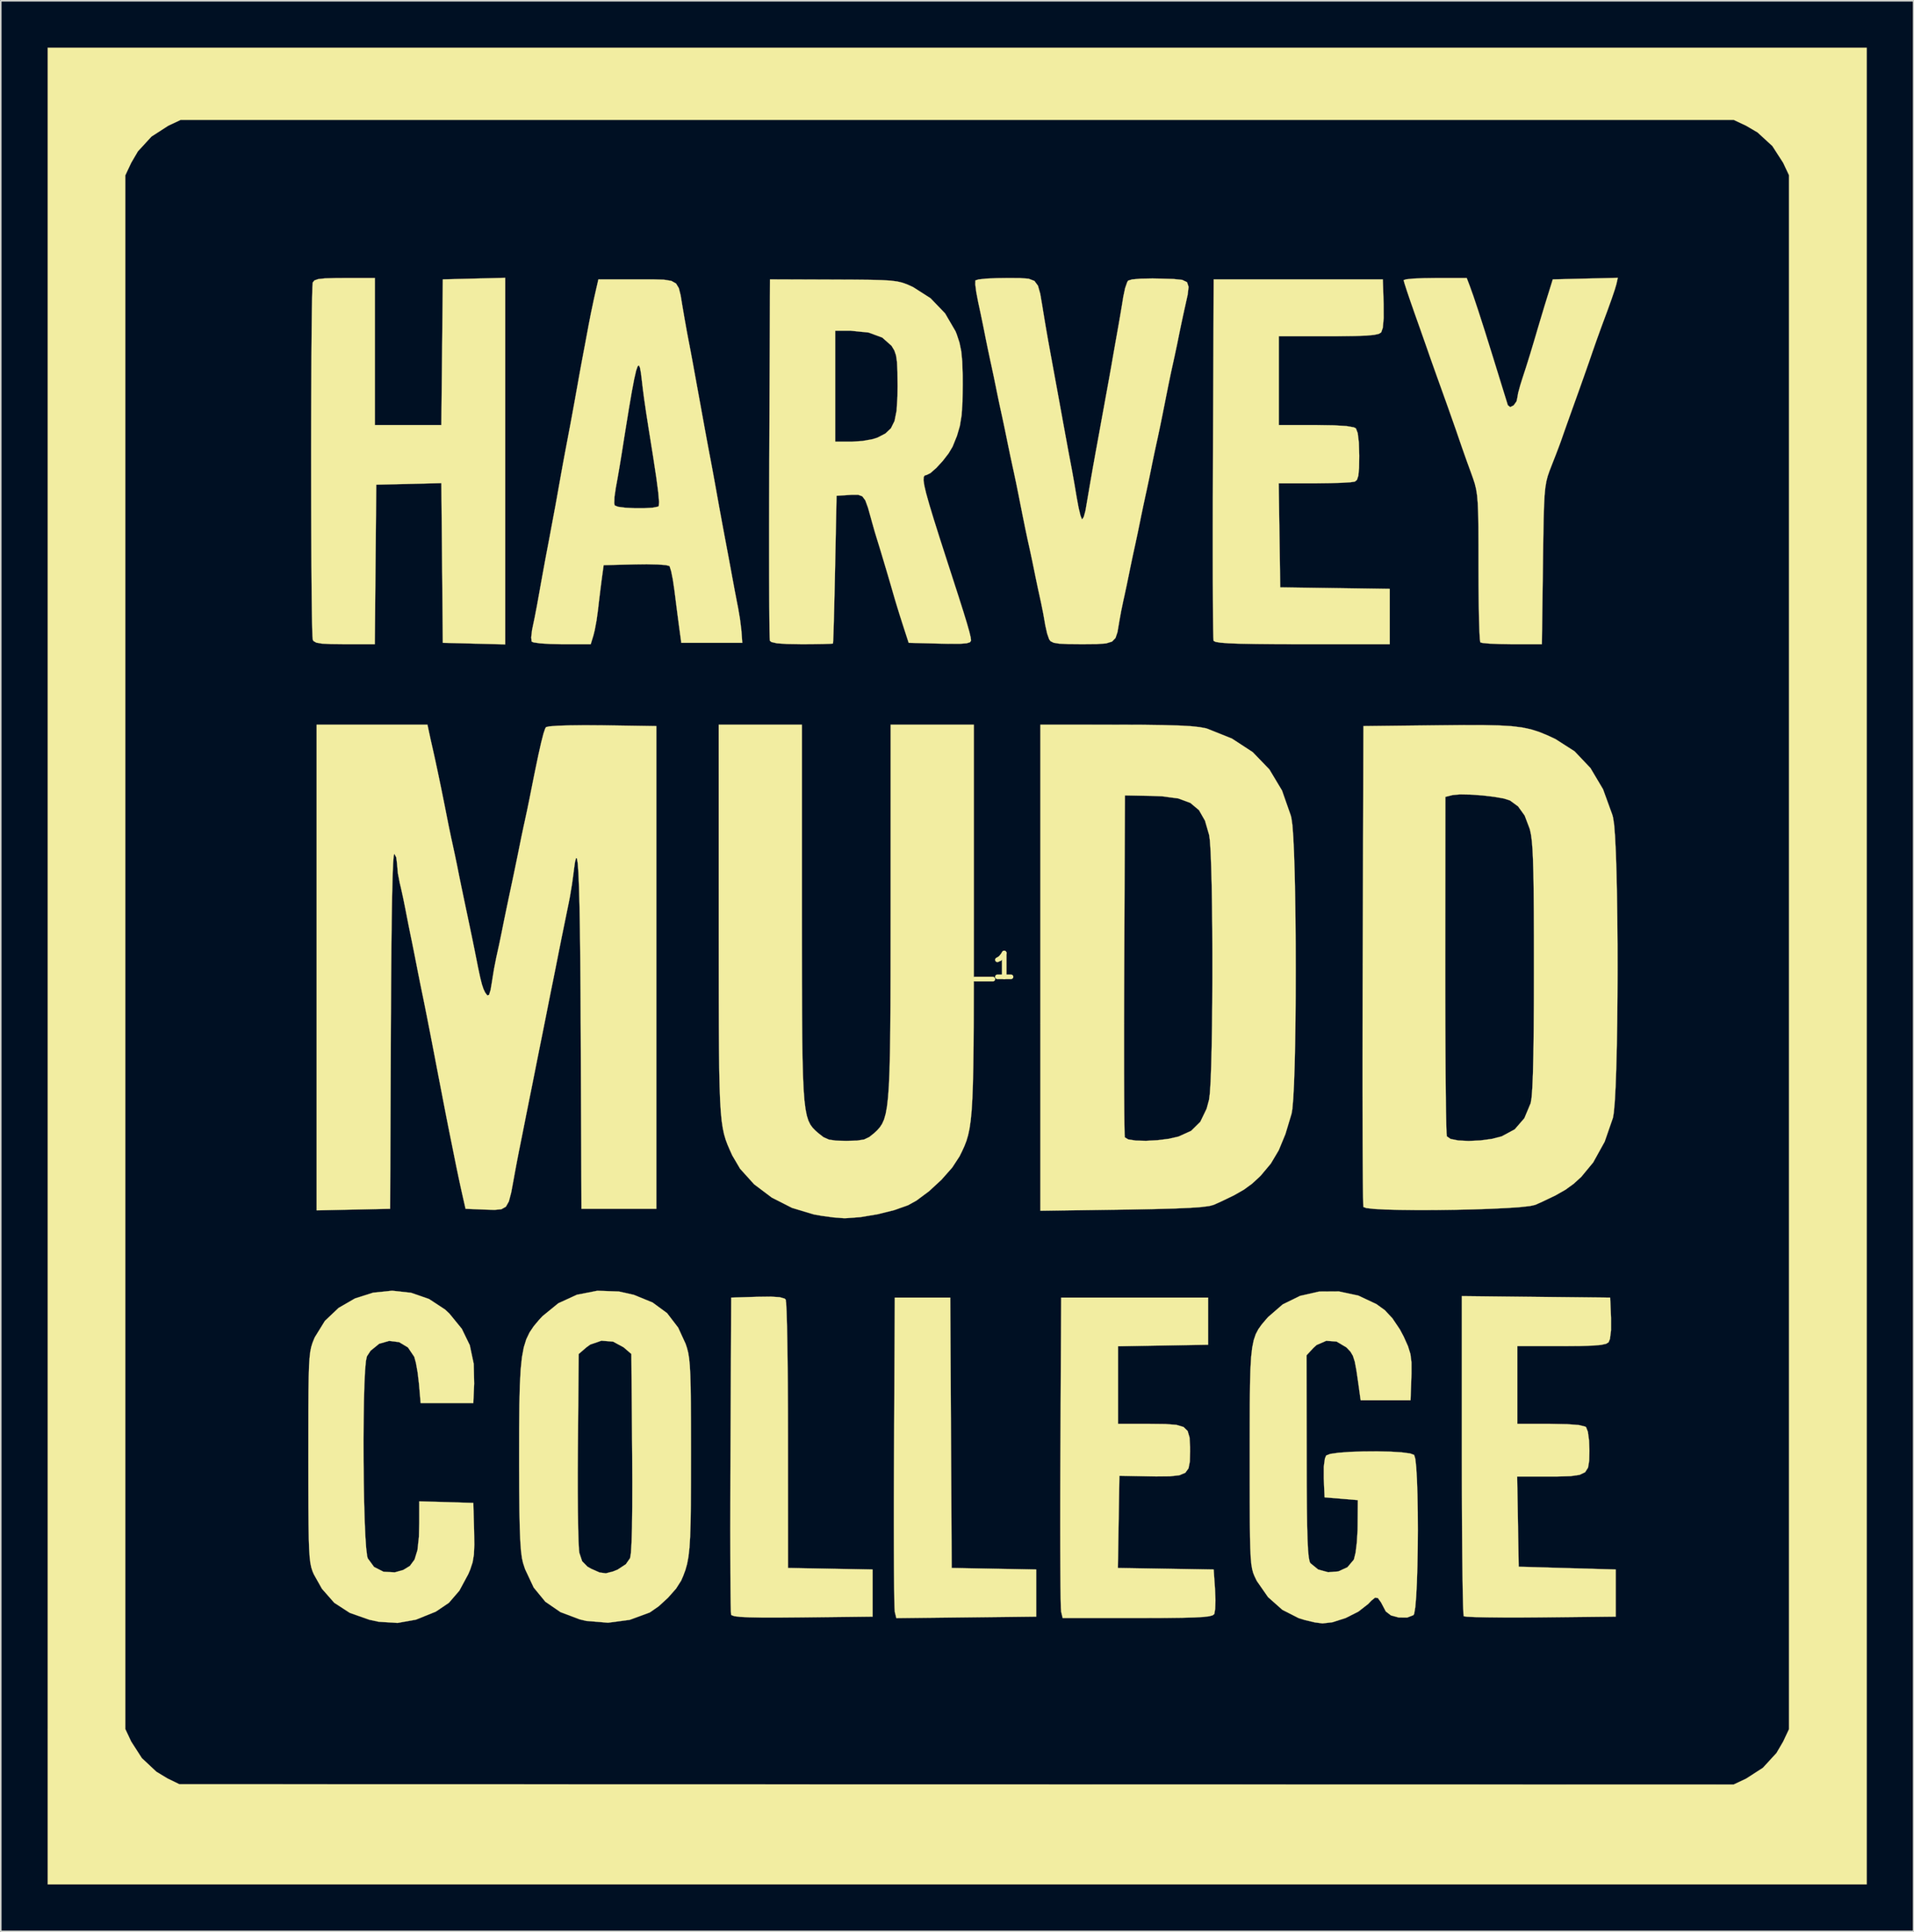
<source format=kicad_pcb>
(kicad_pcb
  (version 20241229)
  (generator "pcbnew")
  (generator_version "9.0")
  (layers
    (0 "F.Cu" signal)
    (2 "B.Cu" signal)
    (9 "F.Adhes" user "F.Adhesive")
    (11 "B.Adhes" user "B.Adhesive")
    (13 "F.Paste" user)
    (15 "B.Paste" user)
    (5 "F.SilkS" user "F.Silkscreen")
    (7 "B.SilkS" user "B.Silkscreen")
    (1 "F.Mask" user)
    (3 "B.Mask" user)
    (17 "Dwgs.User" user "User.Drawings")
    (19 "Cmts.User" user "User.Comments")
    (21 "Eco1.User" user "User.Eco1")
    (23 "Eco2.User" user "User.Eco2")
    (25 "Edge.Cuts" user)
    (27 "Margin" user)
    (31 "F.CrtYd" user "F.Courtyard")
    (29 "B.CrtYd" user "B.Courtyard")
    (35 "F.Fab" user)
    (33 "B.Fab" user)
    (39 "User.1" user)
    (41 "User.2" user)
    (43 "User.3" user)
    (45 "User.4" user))
  (footprint "HMC_1"
    (layer "F.Cu")
    (at 58.265 58.798)
    (property "Reference" "HMC_1" (at 0 0 0) (layer "F.SilkS") (effects (font (size 1.524 1.524) (thickness 0.3))))
    (attr through_hole)
    (fp_poly (pts (xy -0.398 29.88) (xy -0.352 38.535) (xy 2.355 38.584) (xy 5.062 38.633) (xy 5.062 41.652) (xy 0.581 41.7) (xy -3.899 41.747) (xy -3.997 41.345) (xy -4.014 41.096) (xy -4.029 40.525) (xy -4.041 39.666) (xy -4.05 38.554) (xy -4.055 37.22) (xy -4.057 35.7) (xy -4.056 34.027) (xy -4.051 32.234) (xy -4.046 31.084) (xy -3.997 21.226) (xy -0.444 21.226) (xy -0.398 29.88)) (stroke (width 0.01) (type solid)) (fill yes) (layer "F.SilkS"))
    (fp_poly (pts (xy 58.26 58.793) (xy -58.26 58.793) (xy -58.26 -50.626) (xy -53.287 -50.626) (xy -53.287 48.85) (xy -52.91 49.651) (xy -52.228 50.71) (xy -51.297 51.581) (xy -50.582 52.013) (xy -49.823 52.381) (xy -0.042 52.39) (xy 49.738 52.399) (xy 50.539 52.022) (xy 51.613 51.329) (xy 52.483 50.381) (xy 52.91 49.651) (xy 53.287 48.85) (xy 53.287 -50.626) (xy 52.91 -51.427) (xy 52.217 -52.501) (xy 51.269 -53.371) (xy 50.539 -53.798) (xy 49.738 -54.175) (xy -49.738 -54.175) (xy -50.539 -53.798) (xy -51.613 -53.105) (xy -52.483 -52.157) (xy -52.91 -51.427) (xy -53.287 -50.626) (xy -58.26 -50.626) (xy -58.26 -58.793) (xy 58.26 -58.793) (xy 58.26 58.793)) (stroke (width 0.01) (type solid)) (fill yes) (layer "F.SilkS"))
    (fp_poly (pts (xy -11.365 21.2) (xy -11.058 21.287) (xy -10.986 21.352) (xy -10.957 21.571) (xy -10.929 22.109) (xy -10.904 22.932) (xy -10.882 24.002) (xy -10.864 25.286) (xy -10.85 26.746) (xy -10.841 28.347) (xy -10.838 30.054) (xy -10.838 30.058) (xy -10.835 38.535) (xy -8.126 38.584) (xy -5.417 38.633) (xy -5.417 41.652) (xy -9.907 41.7) (xy -11.354 41.711) (xy -12.48 41.711) (xy -13.319 41.696) (xy -13.905 41.667) (xy -14.271 41.622) (xy -14.452 41.559) (xy -14.482 41.522) (xy -14.497 41.307) (xy -14.51 40.77) (xy -14.52 39.942) (xy -14.528 38.857) (xy -14.532 37.548) (xy -14.534 36.045) (xy -14.532 34.384) (xy -14.528 32.595) (xy -14.522 31.262) (xy -14.476 21.226) (xy -12.804 21.174) (xy -11.931 21.164) (xy -11.365 21.2)) (stroke (width 0.01) (type solid)) (fill yes) (layer "F.SilkS"))
    (fp_poly (pts (xy -28.952 -20.593) (xy -30.951 -20.643) (xy -32.949 -20.693) (xy -32.996 -25.805) (xy -33.043 -30.918) (xy -37.212 -30.817) (xy -37.259 -25.711) (xy -37.306 -20.604) (xy -39.238 -20.604) (xy -40.116 -20.613) (xy -40.7 -20.643) (xy -41.05 -20.704) (xy -41.229 -20.805) (xy -41.278 -20.885) (xy -41.299 -21.114) (xy -41.318 -21.661) (xy -41.334 -22.489) (xy -41.348 -23.562) (xy -41.36 -24.841) (xy -41.369 -26.29) (xy -41.376 -27.873) (xy -41.381 -29.551) (xy -41.383 -31.289) (xy -41.384 -33.048) (xy -41.382 -34.792) (xy -41.377 -36.484) (xy -41.37 -38.086) (xy -41.362 -39.562) (xy -41.35 -40.875) (xy -41.337 -41.988) (xy -41.321 -42.863) (xy -41.303 -43.464) (xy -41.282 -43.753) (xy -41.278 -43.769) (xy -41.172 -43.896) (xy -40.93 -43.98) (xy -40.491 -44.027) (xy -39.794 -44.048) (xy -39.236 -44.05) (xy -37.301 -44.05) (xy -37.301 -34.636) (xy -33.044 -34.636) (xy -32.996 -39.299) (xy -32.949 -43.962) (xy -28.952 -44.062) (xy -28.952 -20.593)) (stroke (width 0.01) (type solid)) (fill yes) (layer "F.SilkS"))
    (fp_poly (pts (xy 16.075 24.245) (xy 13.188 24.294) (xy 10.302 24.343) (xy 10.302 29.308) (xy 12.332 29.308) (xy 13.338 29.318) (xy 14.043 29.373) (xy 14.5 29.51) (xy 14.762 29.765) (xy 14.884 30.176) (xy 14.919 30.78) (xy 14.92 31.09) (xy 14.904 31.718) (xy 14.819 32.157) (xy 14.613 32.441) (xy 14.233 32.6) (xy 13.625 32.668) (xy 12.737 32.676) (xy 12.294 32.669) (xy 10.391 32.636) (xy 10.342 35.586) (xy 10.294 38.536) (xy 13.362 38.584) (xy 16.43 38.633) (xy 16.519 39.934) (xy 16.544 40.607) (xy 16.527 41.158) (xy 16.472 41.476) (xy 16.466 41.488) (xy 16.368 41.566) (xy 16.149 41.626) (xy 15.771 41.672) (xy 15.196 41.704) (xy 14.387 41.725) (xy 13.306 41.737) (xy 11.916 41.741) (xy 11.54 41.741) (xy 6.756 41.741) (xy 6.66 41.342) (xy 6.642 41.093) (xy 6.628 40.523) (xy 6.616 39.665) (xy 6.608 38.553) (xy 6.602 37.22) (xy 6.6 35.7) (xy 6.602 34.027) (xy 6.607 32.235) (xy 6.612 31.084) (xy 6.661 21.226) (xy 16.075 21.226) (xy 16.075 24.245)) (stroke (width 0.01) (type solid)) (fill yes) (layer "F.SilkS"))
    (fp_poly (pts (xy 37.079 21.179) (xy 41.83 21.226) (xy 41.883 22.53) (xy 41.883 23.32) (xy 41.815 23.871) (xy 41.728 24.084) (xy 41.568 24.183) (xy 41.248 24.254) (xy 40.719 24.3) (xy 39.936 24.326) (xy 38.851 24.334) (xy 38.7 24.334) (xy 35.88 24.334) (xy 35.88 29.308) (xy 37.976 29.308) (xy 39.078 29.328) (xy 39.831 29.387) (xy 40.235 29.486) (xy 40.285 29.521) (xy 40.401 29.817) (xy 40.476 30.383) (xy 40.498 31.024) (xy 40.485 31.662) (xy 40.412 32.111) (xy 40.224 32.404) (xy 39.871 32.574) (xy 39.297 32.656) (xy 38.45 32.681) (xy 37.841 32.683) (xy 35.871 32.683) (xy 35.92 35.569) (xy 35.969 38.455) (xy 39.077 38.544) (xy 42.185 38.633) (xy 42.185 41.652) (xy 37.378 41.7) (xy 36.105 41.708) (xy 34.949 41.707) (xy 33.959 41.698) (xy 33.181 41.681) (xy 32.662 41.657) (xy 32.45 41.627) (xy 32.448 41.626) (xy 32.426 41.431) (xy 32.405 40.912) (xy 32.386 40.102) (xy 32.369 39.033) (xy 32.354 37.736) (xy 32.342 36.243) (xy 32.334 34.587) (xy 32.329 32.798) (xy 32.327 31.318) (xy 32.327 21.131) (xy 37.079 21.179)) (stroke (width 0.01) (type solid)) (fill yes) (layer "F.SilkS"))
    (fp_poly (pts (xy 27.317 -42.39) (xy 27.32 -41.483) (xy 27.263 -40.86) (xy 27.162 -40.569) (xy 27.011 -40.476) (xy 26.707 -40.408) (xy 26.204 -40.361) (xy 25.459 -40.334) (xy 24.425 -40.322) (xy 23.78 -40.32) (xy 20.604 -40.32) (xy 20.604 -34.636) (xy 22.967 -34.636) (xy 24.12 -34.62) (xy 24.931 -34.572) (xy 25.409 -34.49) (xy 25.542 -34.423) (xy 25.657 -34.121) (xy 25.73 -33.516) (xy 25.755 -32.666) (xy 25.743 -31.888) (xy 25.698 -31.397) (xy 25.61 -31.127) (xy 25.474 -31.014) (xy 25.197 -30.973) (xy 24.642 -30.94) (xy 23.886 -30.916) (xy 23.007 -30.906) (xy 22.895 -30.906) (xy 20.596 -30.906) (xy 20.645 -27.576) (xy 20.693 -24.245) (xy 24.201 -24.197) (xy 27.709 -24.149) (xy 27.709 -20.604) (xy 22.108 -20.604) (xy 20.466 -20.607) (xy 19.149 -20.618) (xy 18.129 -20.636) (xy 17.377 -20.664) (xy 16.862 -20.703) (xy 16.555 -20.753) (xy 16.428 -20.817) (xy 16.423 -20.826) (xy 16.409 -21.038) (xy 16.397 -21.575) (xy 16.387 -22.406) (xy 16.38 -23.501) (xy 16.375 -24.831) (xy 16.373 -26.363) (xy 16.373 -28.068) (xy 16.376 -29.916) (xy 16.382 -31.876) (xy 16.384 -32.505) (xy 16.43 -43.962) (xy 27.265 -43.962) (xy 27.317 -42.39)) (stroke (width 0.01) (type solid)) (fill yes) (layer "F.SilkS"))
    (fp_poly (pts (xy -34.983 20.917) (xy -33.833 21.315) (xy -32.805 21.99) (xy -32.527 22.25) (xy -31.732 23.224) (xy -31.222 24.272) (xy -30.969 25.467) (xy -30.941 26.732) (xy -30.995 27.976) (xy -34.37 27.976) (xy -34.478 26.732) (xy -34.561 26.029) (xy -34.671 25.406) (xy -34.778 25.018) (xy -35.182 24.418) (xy -35.747 24.078) (xy -36.39 23.999) (xy -37.027 24.181) (xy -37.576 24.627) (xy -37.813 24.989) (xy -37.877 25.296) (xy -37.93 25.906) (xy -37.972 26.767) (xy -38.002 27.828) (xy -38.021 29.035) (xy -38.029 30.338) (xy -38.026 31.685) (xy -38.013 33.022) (xy -37.99 34.299) (xy -37.956 35.464) (xy -37.913 36.464) (xy -37.86 37.248) (xy -37.798 37.763) (xy -37.759 37.917) (xy -37.354 38.469) (xy -36.748 38.777) (xy -36.022 38.814) (xy -35.484 38.664) (xy -35.057 38.402) (xy -34.759 37.996) (xy -34.573 37.39) (xy -34.48 36.532) (xy -34.46 35.651) (xy -34.459 34.268) (xy -30.995 34.37) (xy -30.945 36.172) (xy -30.931 37.048) (xy -30.958 37.677) (xy -31.04 38.169) (xy -31.192 38.631) (xy -31.316 38.925) (xy -31.89 39.989) (xy -32.56 40.766) (xy -33.382 41.321) (xy -33.424 41.342) (xy -34.674 41.846) (xy -35.851 42.054) (xy -37.057 41.979) (xy -37.656 41.851) (xy -38.911 41.409) (xy -39.903 40.764) (xy -40.69 39.87) (xy -41.207 38.951) (xy -41.299 38.74) (xy -41.373 38.51) (xy -41.432 38.225) (xy -41.478 37.847) (xy -41.511 37.338) (xy -41.535 36.663) (xy -41.55 35.782) (xy -41.559 34.66) (xy -41.563 33.259) (xy -41.564 31.542) (xy -41.564 31.446) (xy -41.563 29.72) (xy -41.561 28.311) (xy -41.554 27.182) (xy -41.54 26.294) (xy -41.518 25.609) (xy -41.486 25.09) (xy -41.441 24.698) (xy -41.382 24.396) (xy -41.306 24.145) (xy -41.212 23.907) (xy -41.148 23.762) (xy -40.503 22.717) (xy -39.626 21.886) (xy -38.577 21.28) (xy -37.414 20.91) (xy -36.196 20.785) (xy -34.983 20.917)) (stroke (width 0.01) (type solid)) (fill yes) (layer "F.SilkS"))
    (fp_poly (pts (xy -9.947 -3.466) (xy -9.946 -0.983) (xy -9.944 1.171) (xy -9.938 3.02) (xy -9.926 4.59) (xy -9.907 5.906) (xy -9.878 6.994) (xy -9.839 7.879) (xy -9.786 8.586) (xy -9.718 9.141) (xy -9.634 9.569) (xy -9.531 9.896) (xy -9.408 10.147) (xy -9.263 10.347) (xy -9.094 10.521) (xy -8.922 10.676) (xy -8.567 10.954) (xy -8.221 11.109) (xy -7.759 11.176) (xy -7.102 11.19) (xy -6.415 11.174) (xy -5.964 11.103) (xy -5.628 10.945) (xy -5.325 10.702) (xy -5.127 10.517) (xy -4.956 10.325) (xy -4.809 10.102) (xy -4.684 9.823) (xy -4.581 9.461) (xy -4.496 8.991) (xy -4.428 8.388) (xy -4.374 7.627) (xy -4.334 6.682) (xy -4.306 5.527) (xy -4.286 4.138) (xy -4.274 2.489) (xy -4.268 0.555) (xy -4.266 -1.691) (xy -4.265 -3.597) (xy -4.263 -15.453) (xy 1.066 -15.453) (xy 1.066 -3.028) (xy 1.065 -0.531) (xy 1.063 1.639) (xy 1.058 3.507) (xy 1.048 5.1) (xy 1.031 6.445) (xy 1.006 7.57) (xy 0.971 8.501) (xy 0.925 9.265) (xy 0.865 9.889) (xy 0.791 10.4) (xy 0.701 10.824) (xy 0.593 11.189) (xy 0.465 11.521) (xy 0.316 11.848) (xy 0.15 12.184) (xy -0.319 12.901) (xy -1.004 13.677) (xy -1.802 14.414) (xy -2.61 15.015) (xy -3.148 15.312) (xy -4.035 15.627) (xy -5.108 15.892) (xy -6.204 16.075) (xy -7.163 16.144) (xy -7.283 16.142) (xy -7.913 16.094) (xy -8.683 15.991) (xy -9.179 15.903) (xy -10.577 15.484) (xy -11.875 14.824) (xy -13.007 13.972) (xy -13.907 12.976) (xy -14.407 12.125) (xy -14.569 11.767) (xy -14.71 11.44) (xy -14.831 11.116) (xy -14.933 10.769) (xy -15.018 10.371) (xy -15.088 9.894) (xy -15.143 9.313) (xy -15.186 8.599) (xy -15.218 7.725) (xy -15.242 6.664) (xy -15.257 5.389) (xy -15.266 3.873) (xy -15.271 2.088) (xy -15.273 0.008) (xy -15.274 -2.395) (xy -15.274 -2.886) (xy -15.276 -15.453) (xy -9.947 -15.453) (xy -9.947 -3.466)) (stroke (width 0.01) (type solid)) (fill yes) (layer "F.SilkS"))
    (fp_poly (pts (xy 10.258 -15.451) (xy 11.877 -15.446) (xy 13.179 -15.429) (xy 14.199 -15.399) (xy 14.974 -15.356) (xy 15.542 -15.296) (xy 15.94 -15.22) (xy 16.004 -15.201) (xy 17.603 -14.562) (xy 18.931 -13.695) (xy 19.997 -12.59) (xy 20.807 -11.24) (xy 21.37 -9.636) (xy 21.409 -9.477) (xy 21.474 -9.019) (xy 21.53 -8.255) (xy 21.578 -7.229) (xy 21.617 -5.986) (xy 21.647 -4.571) (xy 21.669 -3.029) (xy 21.682 -1.406) (xy 21.686 0.255) (xy 21.682 1.909) (xy 21.669 3.51) (xy 21.647 5.014) (xy 21.616 6.376) (xy 21.576 7.55) (xy 21.527 8.493) (xy 21.469 9.159) (xy 21.42 9.45) (xy 21.026 10.757) (xy 20.597 11.795) (xy 20.09 12.647) (xy 19.461 13.398) (xy 19.361 13.499) (xy 18.885 13.937) (xy 18.374 14.31) (xy 17.74 14.673) (xy 16.898 15.079) (xy 16.43 15.288) (xy 16.146 15.364) (xy 15.65 15.427) (xy 14.915 15.48) (xy 13.913 15.524) (xy 12.617 15.559) (xy 10.999 15.589) (xy 10.613 15.594) (xy 5.329 15.666) (xy 5.329 5.37) (xy 10.689 5.37) (xy 10.69 6.9) (xy 10.695 8.232) (xy 10.702 9.336) (xy 10.712 10.181) (xy 10.724 10.734) (xy 10.738 10.965) (xy 10.739 10.968) (xy 10.96 11.099) (xy 11.443 11.172) (xy 12.098 11.188) (xy 12.836 11.148) (xy 13.568 11.055) (xy 14.173 10.918) (xy 14.986 10.55) (xy 15.574 9.971) (xy 15.978 9.134) (xy 16.134 8.557) (xy 16.187 8.128) (xy 16.233 7.392) (xy 16.271 6.396) (xy 16.301 5.188) (xy 16.324 3.816) (xy 16.339 2.328) (xy 16.347 0.772) (xy 16.347 -0.806) (xy 16.34 -2.357) (xy 16.324 -3.832) (xy 16.302 -5.186) (xy 16.271 -6.369) (xy 16.233 -7.334) (xy 16.187 -8.034) (xy 16.141 -8.384) (xy 15.874 -9.306) (xy 15.489 -9.981) (xy 14.937 -10.444) (xy 14.167 -10.728) (xy 13.129 -10.867) (xy 12.46 -10.893) (xy 10.746 -10.924) (xy 10.7 -0.089) (xy 10.693 1.845) (xy 10.689 3.675) (xy 10.689 5.37) (xy 5.329 5.37) (xy 5.329 -15.453) (xy 10.258 -15.451)) (stroke (width 0.01) (type solid)) (fill yes) (layer "F.SilkS"))
    (fp_poly (pts (xy -21.664 20.836) (xy -20.719 21.047) (xy -19.513 21.539) (xy -18.582 22.223) (xy -17.873 23.148) (xy -17.397 24.184) (xy -17.305 24.46) (xy -17.23 24.756) (xy -17.172 25.113) (xy -17.128 25.57) (xy -17.096 26.168) (xy -17.074 26.947) (xy -17.061 27.948) (xy -17.054 29.21) (xy -17.052 30.773) (xy -17.052 31.366) (xy -17.054 33.084) (xy -17.061 34.489) (xy -17.077 35.622) (xy -17.106 36.525) (xy -17.15 37.239) (xy -17.213 37.805) (xy -17.298 38.266) (xy -17.409 38.663) (xy -17.548 39.037) (xy -17.68 39.343) (xy -18.009 39.859) (xy -18.528 40.445) (xy -19.122 40.989) (xy -19.678 41.375) (xy -19.708 41.391) (xy -20.98 41.858) (xy -22.367 42.04) (xy -23.759 41.926) (xy -24.175 41.828) (xy -25.412 41.362) (xy -26.382 40.696) (xy -27.126 39.791) (xy -27.681 38.609) (xy -27.81 38.215) (xy -27.883 37.892) (xy -27.941 37.433) (xy -27.987 36.801) (xy -28.02 35.962) (xy -28.043 34.88) (xy -28.056 33.522) (xy -28.06 32.306) (xy -24.306 32.306) (xy -24.305 33.681) (xy -24.296 34.922) (xy -24.279 35.983) (xy -24.256 36.815) (xy -24.226 37.372) (xy -24.203 37.567) (xy -24.023 38.106) (xy -23.684 38.451) (xy -23.441 38.588) (xy -22.913 38.822) (xy -22.506 38.877) (xy -22.043 38.758) (xy -21.752 38.641) (xy -21.225 38.295) (xy -20.952 37.903) (xy -20.9 37.575) (xy -20.859 36.909) (xy -20.83 35.92) (xy -20.814 34.625) (xy -20.81 33.039) (xy -20.819 31.18) (xy -20.82 31.129) (xy -20.871 24.836) (xy -21.369 24.408) (xy -22.042 24.045) (xy -22.789 23.986) (xy -23.504 24.232) (xy -23.747 24.407) (xy -24.245 24.836) (xy -24.297 30.846) (xy -24.306 32.306) (xy -28.06 32.306) (xy -28.061 31.851) (xy -28.061 31.439) (xy -28.059 29.607) (xy -28.046 28.091) (xy -28.016 26.853) (xy -27.964 25.853) (xy -27.882 25.052) (xy -27.763 24.411) (xy -27.602 23.891) (xy -27.392 23.454) (xy -27.127 23.06) (xy -26.8 22.67) (xy -26.564 22.414) (xy -25.553 21.59) (xy -24.362 21.043) (xy -23.047 20.787) (xy -21.664 20.836)) (stroke (width 0.01) (type solid)) (fill yes) (layer "F.SilkS"))
    (fp_poly (pts (xy 42.227 -43.657) (xy 42.125 -43.311) (xy 41.931 -42.736) (xy 41.679 -42.035) (xy 41.57 -41.741) (xy 41.264 -40.916) (xy 40.962 -40.08) (xy 40.718 -39.385) (xy 40.673 -39.255) (xy 40.478 -38.687) (xy 40.2 -37.897) (xy 39.881 -36.996) (xy 39.608 -36.235) (xy 39.308 -35.399) (xy 39.041 -34.65) (xy 38.835 -34.069) (xy 38.724 -33.748) (xy 38.586 -33.365) (xy 38.362 -32.775) (xy 38.099 -32.103) (xy 38.083 -32.061) (xy 37.94 -31.694) (xy 37.827 -31.365) (xy 37.74 -31.027) (xy 37.675 -30.631) (xy 37.627 -30.131) (xy 37.593 -29.478) (xy 37.567 -28.625) (xy 37.547 -27.525) (xy 37.527 -26.129) (xy 37.522 -25.711) (xy 37.454 -20.604) (xy 35.542 -20.604) (xy 34.751 -20.615) (xy 34.096 -20.643) (xy 33.655 -20.684) (xy 33.511 -20.723) (xy 33.48 -20.925) (xy 33.452 -21.435) (xy 33.428 -22.205) (xy 33.409 -23.187) (xy 33.397 -24.333) (xy 33.393 -25.564) (xy 33.392 -26.985) (xy 33.387 -28.102) (xy 33.373 -28.964) (xy 33.346 -29.624) (xy 33.304 -30.13) (xy 33.241 -30.534) (xy 33.155 -30.886) (xy 33.04 -31.237) (xy 32.935 -31.529) (xy 32.647 -32.321) (xy 32.355 -33.146) (xy 32.147 -33.748) (xy 31.952 -34.316) (xy 31.674 -35.106) (xy 31.355 -36.007) (xy 31.082 -36.768) (xy 30.782 -37.603) (xy 30.514 -38.353) (xy 30.308 -38.934) (xy 30.196 -39.255) (xy 30.078 -39.593) (xy 29.871 -40.182) (xy 29.605 -40.937) (xy 29.321 -41.737) (xy 29.042 -42.535) (xy 28.813 -43.209) (xy 28.657 -43.692) (xy 28.597 -43.911) (xy 28.597 -43.913) (xy 28.763 -43.967) (xy 29.214 -44.012) (xy 29.878 -44.041) (xy 30.618 -44.05) (xy 32.639 -44.05) (xy 32.826 -43.562) (xy 33.064 -42.899) (xy 33.386 -41.934) (xy 33.797 -40.656) (xy 34.299 -39.051) (xy 34.456 -38.544) (xy 34.729 -37.66) (xy 34.968 -36.888) (xy 35.152 -36.295) (xy 35.259 -35.95) (xy 35.274 -35.904) (xy 35.426 -35.786) (xy 35.646 -35.896) (xy 35.83 -36.151) (xy 35.88 -36.378) (xy 35.934 -36.691) (xy 36.075 -37.208) (xy 36.213 -37.644) (xy 36.438 -38.334) (xy 36.702 -39.178) (xy 36.939 -39.965) (xy 37.224 -40.93) (xy 37.444 -41.665) (xy 37.631 -42.285) (xy 37.821 -42.9) (xy 37.903 -43.162) (xy 38.152 -43.962) (xy 40.235 -44.012) (xy 42.318 -44.062) (xy 42.227 -43.657)) (stroke (width 0.01) (type solid)) (fill yes) (layer "F.SilkS"))
    (fp_poly (pts (xy 33.668 -15.428) (xy 34.688 -15.406) (xy 35.507 -15.358) (xy 36.175 -15.277) (xy 36.745 -15.158) (xy 37.266 -14.994) (xy 37.791 -14.78) (xy 38.322 -14.533) (xy 39.547 -13.749) (xy 40.564 -12.678) (xy 41.371 -11.321) (xy 41.968 -9.68) (xy 42.013 -9.511) (xy 42.082 -9.057) (xy 42.142 -8.293) (xy 42.192 -7.264) (xy 42.233 -6.014) (xy 42.264 -4.59) (xy 42.286 -3.035) (xy 42.299 -1.395) (xy 42.302 0.285) (xy 42.295 1.96) (xy 42.28 3.585) (xy 42.255 5.115) (xy 42.22 6.506) (xy 42.177 7.712) (xy 42.124 8.688) (xy 42.061 9.389) (xy 42.006 9.716) (xy 41.475 11.246) (xy 40.741 12.571) (xy 39.976 13.497) (xy 39.491 13.939) (xy 38.971 14.316) (xy 38.329 14.682) (xy 37.476 15.09) (xy 37.034 15.287) (xy 36.693 15.364) (xy 36.074 15.432) (xy 35.23 15.491) (xy 34.213 15.54) (xy 33.077 15.579) (xy 31.873 15.606) (xy 30.656 15.621) (xy 29.478 15.624) (xy 28.391 15.613) (xy 27.45 15.589) (xy 26.705 15.55) (xy 26.211 15.495) (xy 26.021 15.427) (xy 26.008 15.216) (xy 25.997 14.677) (xy 25.987 13.835) (xy 25.979 12.717) (xy 25.972 11.348) (xy 25.968 9.754) (xy 25.965 7.962) (xy 25.965 5.999) (xy 25.967 3.889) (xy 25.971 1.66) (xy 25.976 -0.089) (xy 25.976 -0.108) (xy 31.264 -0.108) (xy 31.265 1.818) (xy 31.269 3.642) (xy 31.276 5.333) (xy 31.285 6.858) (xy 31.298 8.187) (xy 31.312 9.288) (xy 31.329 10.129) (xy 31.347 10.678) (xy 31.367 10.903) (xy 31.367 10.903) (xy 31.602 11.067) (xy 32.098 11.165) (xy 32.764 11.197) (xy 33.513 11.163) (xy 34.255 11.063) (xy 34.876 10.905) (xy 35.714 10.455) (xy 36.331 9.742) (xy 36.738 8.772) (xy 36.795 8.419) (xy 36.843 7.788) (xy 36.881 6.866) (xy 36.91 5.642) (xy 36.93 4.1) (xy 36.942 2.229) (xy 36.945 0.096) (xy 36.944 -1.863) (xy 36.938 -3.5) (xy 36.927 -4.847) (xy 36.91 -5.938) (xy 36.885 -6.806) (xy 36.853 -7.484) (xy 36.811 -8.004) (xy 36.759 -8.4) (xy 36.696 -8.704) (xy 36.672 -8.79) (xy 36.351 -9.636) (xy 35.93 -10.221) (xy 35.415 -10.599) (xy 35.029 -10.723) (xy 34.401 -10.834) (xy 33.645 -10.923) (xy 32.873 -10.979) (xy 32.198 -10.99) (xy 31.735 -10.947) (xy 31.722 -10.944) (xy 31.272 -10.831) (xy 31.264 -0.108) (xy 25.976 -0.108) (xy 26.022 -15.364) (xy 30.817 -15.415) (xy 32.395 -15.429) (xy 33.668 -15.428)) (stroke (width 0.01) (type solid)) (fill yes) (layer "F.SilkS"))
    (fp_poly (pts (xy 25.698 21.098) (xy 26.856 21.643) (xy 27.393 22.031) (xy 27.875 22.546) (xy 28.356 23.26) (xy 28.6 23.718) (xy 28.877 24.336) (xy 29.034 24.841) (xy 29.1 25.373) (xy 29.101 26.075) (xy 29.093 26.329) (xy 29.041 27.798) (xy 25.844 27.798) (xy 25.697 26.732) (xy 25.575 25.895) (xy 25.469 25.33) (xy 25.35 24.955) (xy 25.193 24.689) (xy 24.97 24.452) (xy 24.923 24.408) (xy 24.304 24.041) (xy 23.642 23.992) (xy 23.025 24.26) (xy 22.816 24.449) (xy 22.38 24.919) (xy 22.386 31.421) (xy 22.39 33.209) (xy 22.401 34.672) (xy 22.418 35.838) (xy 22.443 36.737) (xy 22.476 37.398) (xy 22.52 37.85) (xy 22.575 38.123) (xy 22.623 38.226) (xy 23.124 38.634) (xy 23.757 38.806) (xy 24.416 38.755) (xy 24.997 38.489) (xy 25.395 38.018) (xy 25.42 37.963) (xy 25.521 37.545) (xy 25.601 36.889) (xy 25.648 36.112) (xy 25.653 35.811) (xy 25.666 34.192) (xy 24.601 34.103) (xy 23.535 34.015) (xy 23.482 32.8) (xy 23.483 32.051) (xy 23.555 31.524) (xy 23.637 31.334) (xy 23.894 31.234) (xy 24.426 31.157) (xy 25.156 31.103) (xy 26.004 31.074) (xy 26.893 31.068) (xy 27.743 31.087) (xy 28.475 31.132) (xy 29.013 31.203) (xy 29.272 31.297) (xy 29.346 31.545) (xy 29.406 32.09) (xy 29.451 32.875) (xy 29.484 33.843) (xy 29.502 34.94) (xy 29.508 36.108) (xy 29.5 37.291) (xy 29.48 38.432) (xy 29.447 39.476) (xy 29.402 40.366) (xy 29.345 41.046) (xy 29.276 41.459) (xy 29.231 41.553) (xy 28.825 41.71) (xy 28.293 41.709) (xy 27.787 41.573) (xy 27.459 41.323) (xy 27.444 41.297) (xy 27.15 40.739) (xy 26.949 40.462) (xy 26.768 40.436) (xy 26.53 40.629) (xy 26.326 40.841) (xy 25.699 41.329) (xy 24.883 41.741) (xy 24.03 42.012) (xy 23.4 42.084) (xy 22.898 42.018) (xy 22.251 41.864) (xy 21.875 41.748) (xy 20.831 41.216) (xy 19.913 40.402) (xy 19.199 39.376) (xy 19.144 39.268) (xy 19.042 39.056) (xy 18.959 38.846) (xy 18.893 38.6) (xy 18.841 38.282) (xy 18.803 37.856) (xy 18.776 37.285) (xy 18.757 36.533) (xy 18.747 35.562) (xy 18.741 34.338) (xy 18.739 32.823) (xy 18.739 31.439) (xy 18.74 29.597) (xy 18.744 28.074) (xy 18.757 26.832) (xy 18.783 25.836) (xy 18.828 25.049) (xy 18.897 24.434) (xy 18.993 23.954) (xy 19.122 23.573) (xy 19.289 23.253) (xy 19.498 22.96) (xy 19.754 22.655) (xy 19.92 22.467) (xy 20.853 21.66) (xy 21.963 21.116) (xy 23.185 20.838) (xy 24.452 20.831) (xy 25.698 21.098)) (stroke (width 0.01) (type solid)) (fill yes) (layer "F.SilkS"))
    (fp_poly (pts (xy -7.904 -43.949) (xy -6.595 -43.944) (xy -5.587 -43.935) (xy -4.828 -43.915) (xy -4.264 -43.882) (xy -3.842 -43.828) (xy -3.508 -43.75) (xy -3.209 -43.642) (xy -2.892 -43.499) (xy -2.828 -43.47) (xy -1.707 -42.754) (xy -0.776 -41.785) (xy -0.106 -40.638) (xy -0.024 -40.432) (xy 0.148 -39.907) (xy 0.26 -39.362) (xy 0.324 -38.706) (xy 0.352 -37.841) (xy 0.355 -37.232) (xy 0.34 -36.126) (xy 0.285 -35.275) (xy 0.172 -34.582) (xy -0.014 -33.946) (xy -0.288 -33.269) (xy -0.294 -33.255) (xy -0.549 -32.825) (xy -0.924 -32.34) (xy -1.34 -31.888) (xy -1.716 -31.559) (xy -1.96 -31.439) (xy -2.075 -31.413) (xy -2.143 -31.313) (xy -2.156 -31.108) (xy -2.107 -30.769) (xy -1.988 -30.263) (xy -1.791 -29.561) (xy -1.509 -28.63) (xy -1.134 -27.441) (xy -0.657 -25.962) (xy -0.36 -25.045) (xy 0.067 -23.725) (xy 0.392 -22.703) (xy 0.625 -21.942) (xy 0.778 -21.405) (xy 0.862 -21.053) (xy 0.888 -20.848) (xy 0.888 -20.844) (xy 0.827 -20.734) (xy 0.609 -20.665) (xy 0.178 -20.632) (xy -0.519 -20.631) (xy -1.11 -20.643) (xy -3.108 -20.693) (xy -3.483 -21.848) (xy -3.713 -22.57) (xy -3.929 -23.272) (xy -4.059 -23.713) (xy -4.242 -24.35) (xy -4.474 -25.137) (xy -4.719 -25.96) (xy -4.943 -26.704) (xy -5.112 -27.253) (xy -5.144 -27.354) (xy -5.281 -27.804) (xy -5.449 -28.396) (xy -5.504 -28.597) (xy -5.715 -29.35) (xy -5.889 -29.822) (xy -6.08 -30.075) (xy -6.343 -30.17) (xy -6.732 -30.17) (xy -6.883 -30.161) (xy -7.727 -30.107) (xy -7.823 -25.4) (xy -7.85 -24.146) (xy -7.877 -23.014) (xy -7.902 -22.052) (xy -7.925 -21.306) (xy -7.943 -20.822) (xy -7.956 -20.649) (xy -8.137 -20.631) (xy -8.6 -20.616) (xy -9.272 -20.607) (xy -9.952 -20.604) (xy -10.908 -20.618) (xy -11.545 -20.663) (xy -11.898 -20.743) (xy -11.997 -20.826) (xy -12.011 -21.038) (xy -12.023 -21.575) (xy -12.032 -22.406) (xy -12.04 -23.501) (xy -12.045 -24.831) (xy -12.047 -26.363) (xy -12.047 -28.068) (xy -12.044 -29.916) (xy -12.038 -31.876) (xy -12.036 -32.505) (xy -12.003 -40.676) (xy -7.815 -40.676) (xy -7.815 -33.571) (xy -6.771 -33.571) (xy -6.073 -33.616) (xy -5.415 -33.733) (xy -5.11 -33.829) (xy -4.603 -34.091) (xy -4.245 -34.427) (xy -4.013 -34.897) (xy -3.881 -35.564) (xy -3.825 -36.489) (xy -3.819 -37.123) (xy -3.826 -38.03) (xy -3.855 -38.661) (xy -3.917 -39.095) (xy -4.025 -39.41) (xy -4.19 -39.686) (xy -4.208 -39.712) (xy -4.799 -40.236) (xy -5.674 -40.558) (xy -6.824 -40.675) (xy -6.903 -40.676) (xy -7.815 -40.676) (xy -12.003 -40.676) (xy -11.99 -43.962) (xy -7.904 -43.949)) (stroke (width 0.01) (type solid)) (fill yes) (layer "F.SilkS"))
    (fp_poly (pts (xy -18.79 -43.942) (xy -18.309 -43.865) (xy -18.008 -43.696) (xy -17.83 -43.4) (xy -17.715 -42.942) (xy -17.607 -42.286) (xy -17.59 -42.185) (xy -17.458 -41.413) (xy -17.322 -40.652) (xy -17.226 -40.143) (xy -17.154 -39.775) (xy -17.079 -39.38) (xy -16.988 -38.894) (xy -16.87 -38.25) (xy -16.712 -37.383) (xy -16.519 -36.324) (xy -16.311 -35.183) (xy -16.155 -34.326) (xy -16.037 -33.685) (xy -15.946 -33.196) (xy -15.869 -32.791) (xy -15.814 -32.505) (xy -15.697 -31.883) (xy -15.555 -31.109) (xy -15.454 -30.551) (xy -15.241 -29.366) (xy -15.027 -28.203) (xy -14.779 -26.882) (xy -14.759 -26.777) (xy -14.607 -25.969) (xy -14.445 -25.095) (xy -14.379 -24.734) (xy -14.241 -23.993) (xy -14.097 -23.245) (xy -14.031 -22.913) (xy -13.914 -22.227) (xy -13.829 -21.537) (xy -13.817 -21.403) (xy -13.766 -20.693) (xy -17.673 -20.693) (xy -17.806 -21.67) (xy -17.896 -22.35) (xy -18.005 -23.2) (xy -18.111 -24.04) (xy -18.113 -24.055) (xy -18.213 -24.735) (xy -18.322 -25.278) (xy -18.419 -25.586) (xy -18.439 -25.615) (xy -18.668 -25.671) (xy -19.175 -25.709) (xy -19.881 -25.725) (xy -20.619 -25.717) (xy -22.647 -25.666) (xy -22.768 -24.778) (xy -22.859 -24.073) (xy -22.958 -23.254) (xy -23.006 -22.824) (xy -23.101 -22.133) (xy -23.22 -21.493) (xy -23.298 -21.181) (xy -23.474 -20.604) (xy -25.314 -20.604) (xy -26.089 -20.62) (xy -26.723 -20.661) (xy -27.14 -20.721) (xy -27.259 -20.773) (xy -27.287 -21.037) (xy -27.234 -21.501) (xy -27.193 -21.705) (xy -27.068 -22.306) (xy -26.921 -23.064) (xy -26.82 -23.624) (xy -26.597 -24.869) (xy -26.375 -26.078) (xy -26.116 -27.442) (xy -26.116 -27.443) (xy -25.733 -29.491) (xy -25.709 -29.624) (xy -21.967 -29.624) (xy -21.938 -29.488) (xy -21.719 -29.403) (xy -21.257 -29.344) (xy -20.661 -29.314) (xy -20.042 -29.314) (xy -19.51 -29.345) (xy -19.174 -29.41) (xy -19.117 -29.448) (xy -19.097 -29.709) (xy -19.148 -30.31) (xy -19.271 -31.253) (xy -19.466 -32.541) (xy -19.545 -33.038) (xy -19.763 -34.4) (xy -19.93 -35.473) (xy -20.053 -36.316) (xy -20.142 -36.992) (xy -20.193 -37.437) (xy -20.255 -37.95) (xy -20.317 -38.297) (xy -20.385 -38.455) (xy -20.466 -38.404) (xy -20.565 -38.124) (xy -20.687 -37.594) (xy -20.839 -36.793) (xy -21.027 -35.701) (xy -21.255 -34.296) (xy -21.497 -32.771) (xy -21.629 -31.968) (xy -21.771 -31.145) (xy -21.871 -30.598) (xy -21.952 -30.042) (xy -21.967 -29.624) (xy -25.709 -29.624) (xy -25.4 -31.35) (xy -25.274 -32.051) (xy -25.123 -32.864) (xy -25.039 -33.304) (xy -24.771 -34.72) (xy -24.534 -36.007) (xy -24.334 -37.123) (xy -24.194 -37.904) (xy -24.047 -38.702) (xy -23.96 -39.166) (xy -23.823 -39.893) (xy -23.671 -40.706) (xy -23.611 -41.031) (xy -23.457 -41.818) (xy -23.278 -42.666) (xy -23.207 -42.985) (xy -22.984 -43.962) (xy -20.526 -43.962) (xy -19.509 -43.963) (xy -18.79 -43.942)) (stroke (width 0.01) (type solid)) (fill yes) (layer "F.SilkS"))
    (fp_poly (pts (xy 3.991 -44.049) (xy 4.577 -44.005) (xy 4.949 -43.861) (xy 5.174 -43.557) (xy 5.321 -43.037) (xy 5.456 -42.241) (xy 5.493 -42.008) (xy 5.601 -41.35) (xy 5.707 -40.723) (xy 5.828 -40.036) (xy 5.981 -39.195) (xy 6.18 -38.108) (xy 6.206 -37.967) (xy 6.352 -37.173) (xy 6.507 -36.324) (xy 6.572 -35.969) (xy 6.779 -34.831) (xy 6.935 -33.978) (xy 7.052 -33.341) (xy 7.142 -32.857) (xy 7.218 -32.458) (xy 7.277 -32.15) (xy 7.385 -31.567) (xy 7.521 -30.797) (xy 7.655 -30.002) (xy 7.66 -29.974) (xy 7.78 -29.328) (xy 7.896 -28.845) (xy 7.988 -28.608) (xy 8.005 -28.597) (xy 8.108 -28.753) (xy 8.214 -29.14) (xy 8.236 -29.263) (xy 8.481 -30.7) (xy 8.686 -31.875) (xy 8.866 -32.876) (xy 8.871 -32.905) (xy 9.017 -33.698) (xy 9.172 -34.547) (xy 9.236 -34.903) (xy 9.378 -35.679) (xy 9.534 -36.534) (xy 9.601 -36.901) (xy 9.74 -37.667) (xy 9.882 -38.464) (xy 9.942 -38.81) (xy 10.061 -39.489) (xy 10.205 -40.303) (xy 10.303 -40.853) (xy 10.438 -41.623) (xy 10.568 -42.4) (xy 10.641 -42.856) (xy 10.754 -43.393) (xy 10.89 -43.786) (xy 10.952 -43.883) (xy 11.208 -43.96) (xy 11.751 -44.007) (xy 12.513 -44.02) (xy 12.982 -44.012) (xy 13.852 -43.987) (xy 14.416 -43.93) (xy 14.724 -43.781) (xy 14.823 -43.483) (xy 14.763 -42.976) (xy 14.592 -42.201) (xy 14.568 -42.097) (xy 14.414 -41.391) (xy 14.268 -40.697) (xy 14.21 -40.409) (xy 14.088 -39.808) (xy 13.933 -39.081) (xy 13.855 -38.722) (xy 13.75 -38.247) (xy 13.656 -37.807) (xy 13.554 -37.316) (xy 13.427 -36.687) (xy 13.258 -35.834) (xy 13.161 -35.347) (xy 13.011 -34.612) (xy 12.854 -33.866) (xy 12.789 -33.571) (xy 12.639 -32.88) (xy 12.48 -32.115) (xy 12.434 -31.883) (xy 12.285 -31.156) (xy 12.125 -30.409) (xy 12.078 -30.196) (xy 11.929 -29.505) (xy 11.77 -28.74) (xy 11.723 -28.508) (xy 11.574 -27.782) (xy 11.415 -27.034) (xy 11.368 -26.821) (xy 11.218 -26.13) (xy 11.059 -25.365) (xy 11.013 -25.134) (xy 10.863 -24.407) (xy 10.702 -23.659) (xy 10.654 -23.446) (xy 10.511 -22.761) (xy 10.385 -22.072) (xy 10.363 -21.936) (xy 10.268 -21.379) (xy 10.142 -21.004) (xy 9.921 -20.775) (xy 9.54 -20.656) (xy 8.937 -20.611) (xy 8.045 -20.604) (xy 7.993 -20.604) (xy 7.121 -20.611) (xy 6.538 -20.64) (xy 6.18 -20.698) (xy 5.982 -20.797) (xy 5.892 -20.915) (xy 5.761 -21.29) (xy 5.642 -21.821) (xy 5.623 -21.936) (xy 5.509 -22.585) (xy 5.365 -23.297) (xy 5.332 -23.446) (xy 5.18 -24.137) (xy 5.02 -24.902) (xy 4.973 -25.134) (xy 4.824 -25.86) (xy 4.665 -26.608) (xy 4.618 -26.821) (xy 4.495 -27.377) (xy 4.364 -27.998) (xy 4.207 -28.77) (xy 4.007 -29.777) (xy 3.924 -30.196) (xy 3.775 -30.931) (xy 3.617 -31.677) (xy 3.552 -31.972) (xy 3.403 -32.663) (xy 3.244 -33.428) (xy 3.197 -33.659) (xy 3.048 -34.386) (xy 2.889 -35.134) (xy 2.842 -35.347) (xy 2.692 -36.038) (xy 2.533 -36.803) (xy 2.487 -37.034) (xy 2.338 -37.761) (xy 2.178 -38.509) (xy 2.131 -38.722) (xy 1.983 -39.413) (xy 1.826 -40.179) (xy 1.781 -40.409) (xy 1.649 -41.068) (xy 1.48 -41.878) (xy 1.342 -42.52) (xy 1.222 -43.148) (xy 1.159 -43.639) (xy 1.167 -43.892) (xy 1.169 -43.897) (xy 1.376 -43.96) (xy 1.859 -44.011) (xy 2.54 -44.043) (xy 3.123 -44.05) (xy 3.991 -44.049)) (stroke (width 0.01) (type solid)) (fill yes) (layer "F.SilkS"))
    (fp_poly (pts (xy -33.83 -14.965) (xy -33.721 -14.461) (xy -33.585 -13.859) (xy -33.564 -13.766) (xy -33.429 -13.159) (xy -33.251 -12.325) (xy -33.055 -11.382) (xy -32.866 -10.45) (xy -32.708 -9.652) (xy -32.679 -9.503) (xy -32.559 -8.902) (xy -32.406 -8.175) (xy -32.327 -7.815) (xy -32.175 -7.11) (xy -32.03 -6.415) (xy -31.973 -6.128) (xy -31.878 -5.651) (xy -31.731 -4.939) (xy -31.556 -4.103) (xy -31.44 -3.552) (xy -31.257 -2.683) (xy -31.083 -1.852) (xy -30.945 -1.177) (xy -30.887 -0.888) (xy -30.699 0.058) (xy -30.557 0.722) (xy -30.445 1.17) (xy -30.345 1.469) (xy -30.242 1.686) (xy -30.239 1.692) (xy -30.096 1.884) (xy -29.985 1.841) (xy -29.888 1.525) (xy -29.784 0.897) (xy -29.77 0.799) (xy -29.663 0.151) (xy -29.522 -0.561) (xy -29.489 -0.71) (xy -29.337 -1.402) (xy -29.178 -2.167) (xy -29.132 -2.398) (xy -29.015 -2.979) (xy -28.851 -3.771) (xy -28.669 -4.635) (xy -28.597 -4.973) (xy -28.416 -5.828) (xy -28.242 -6.666) (xy -28.102 -7.348) (xy -28.062 -7.549) (xy -27.915 -8.276) (xy -27.756 -9.024) (xy -27.709 -9.236) (xy -27.56 -9.928) (xy -27.402 -10.693) (xy -27.356 -10.924) (xy -27.068 -12.367) (xy -26.834 -13.488) (xy -26.648 -14.315) (xy -26.504 -14.876) (xy -26.395 -15.2) (xy -26.337 -15.298) (xy -26.114 -15.347) (xy -25.59 -15.385) (xy -24.82 -15.41) (xy -23.859 -15.42) (xy -22.76 -15.413) (xy -22.723 -15.413) (xy -19.272 -15.364) (xy -19.272 15.542) (xy -24.068 15.542) (xy -24.114 4.307) (xy -24.127 1.755) (xy -24.144 -0.45) (xy -24.166 -2.318) (xy -24.193 -3.857) (xy -24.226 -5.074) (xy -24.264 -5.98) (xy -24.308 -6.583) (xy -24.359 -6.891) (xy -24.417 -6.914) (xy -24.482 -6.659) (xy -24.555 -6.136) (xy -24.571 -5.995) (xy -24.674 -5.239) (xy -24.813 -4.41) (xy -24.876 -4.085) (xy -25.076 -3.106) (xy -25.223 -2.387) (xy -25.334 -1.844) (xy -25.425 -1.389) (xy -25.516 -0.935) (xy -25.578 -0.622) (xy -25.721 0.099) (xy -25.861 0.802) (xy -25.933 1.155) (xy -26.051 1.738) (xy -26.197 2.469) (xy -26.288 2.931) (xy -26.431 3.651) (xy -26.572 4.354) (xy -26.643 4.707) (xy -26.761 5.29) (xy -26.907 6.022) (xy -26.999 6.483) (xy -27.142 7.204) (xy -27.282 7.906) (xy -27.354 8.259) (xy -27.471 8.842) (xy -27.618 9.574) (xy -27.709 10.036) (xy -27.852 10.756) (xy -27.993 11.459) (xy -28.065 11.812) (xy -28.177 12.388) (xy -28.315 13.121) (xy -28.407 13.63) (xy -28.567 14.495) (xy -28.717 15.068) (xy -28.909 15.407) (xy -29.197 15.569) (xy -29.633 15.611) (xy -30.221 15.594) (xy -31.493 15.542) (xy -31.715 14.565) (xy -31.882 13.804) (xy -32.062 12.949) (xy -32.149 12.522) (xy -32.298 11.778) (xy -32.449 11.03) (xy -32.525 10.657) (xy -32.616 10.201) (xy -32.758 9.48) (xy -32.933 8.578) (xy -33.126 7.579) (xy -33.218 7.105) (xy -33.505 5.61) (xy -33.737 4.41) (xy -33.925 3.453) (xy -34.077 2.685) (xy -34.205 2.052) (xy -34.281 1.687) (xy -34.4 1.104) (xy -34.546 0.372) (xy -34.636 -0.089) (xy -34.778 -0.81) (xy -34.919 -1.513) (xy -34.992 -1.865) (xy -35.111 -2.449) (xy -35.256 -3.181) (xy -35.345 -3.641) (xy -35.487 -4.345) (xy -35.634 -5.014) (xy -35.715 -5.349) (xy -35.83 -5.951) (xy -35.88 -6.521) (xy -35.88 -6.538) (xy -35.932 -6.956) (xy -36.056 -7.193) (xy -36.097 -7.042) (xy -36.134 -6.54) (xy -36.167 -5.69) (xy -36.197 -4.496) (xy -36.223 -2.961) (xy -36.244 -1.09) (xy -36.262 1.115) (xy -36.276 3.648) (xy -36.278 4.12) (xy -36.324 15.542) (xy -38.677 15.592) (xy -41.031 15.641) (xy -41.031 -15.453) (xy -33.933 -15.453) (xy -33.83 -14.965)) (stroke (width 0.01) (type solid)) (fill yes) (layer "F.SilkS")))
  (gr_rect
    (start -3 -3)
    (end 119.53 120.596)
    (stroke (width 0.1) (type default))
    (fill no)
    (layer "Edge.Cuts")))
</source>
